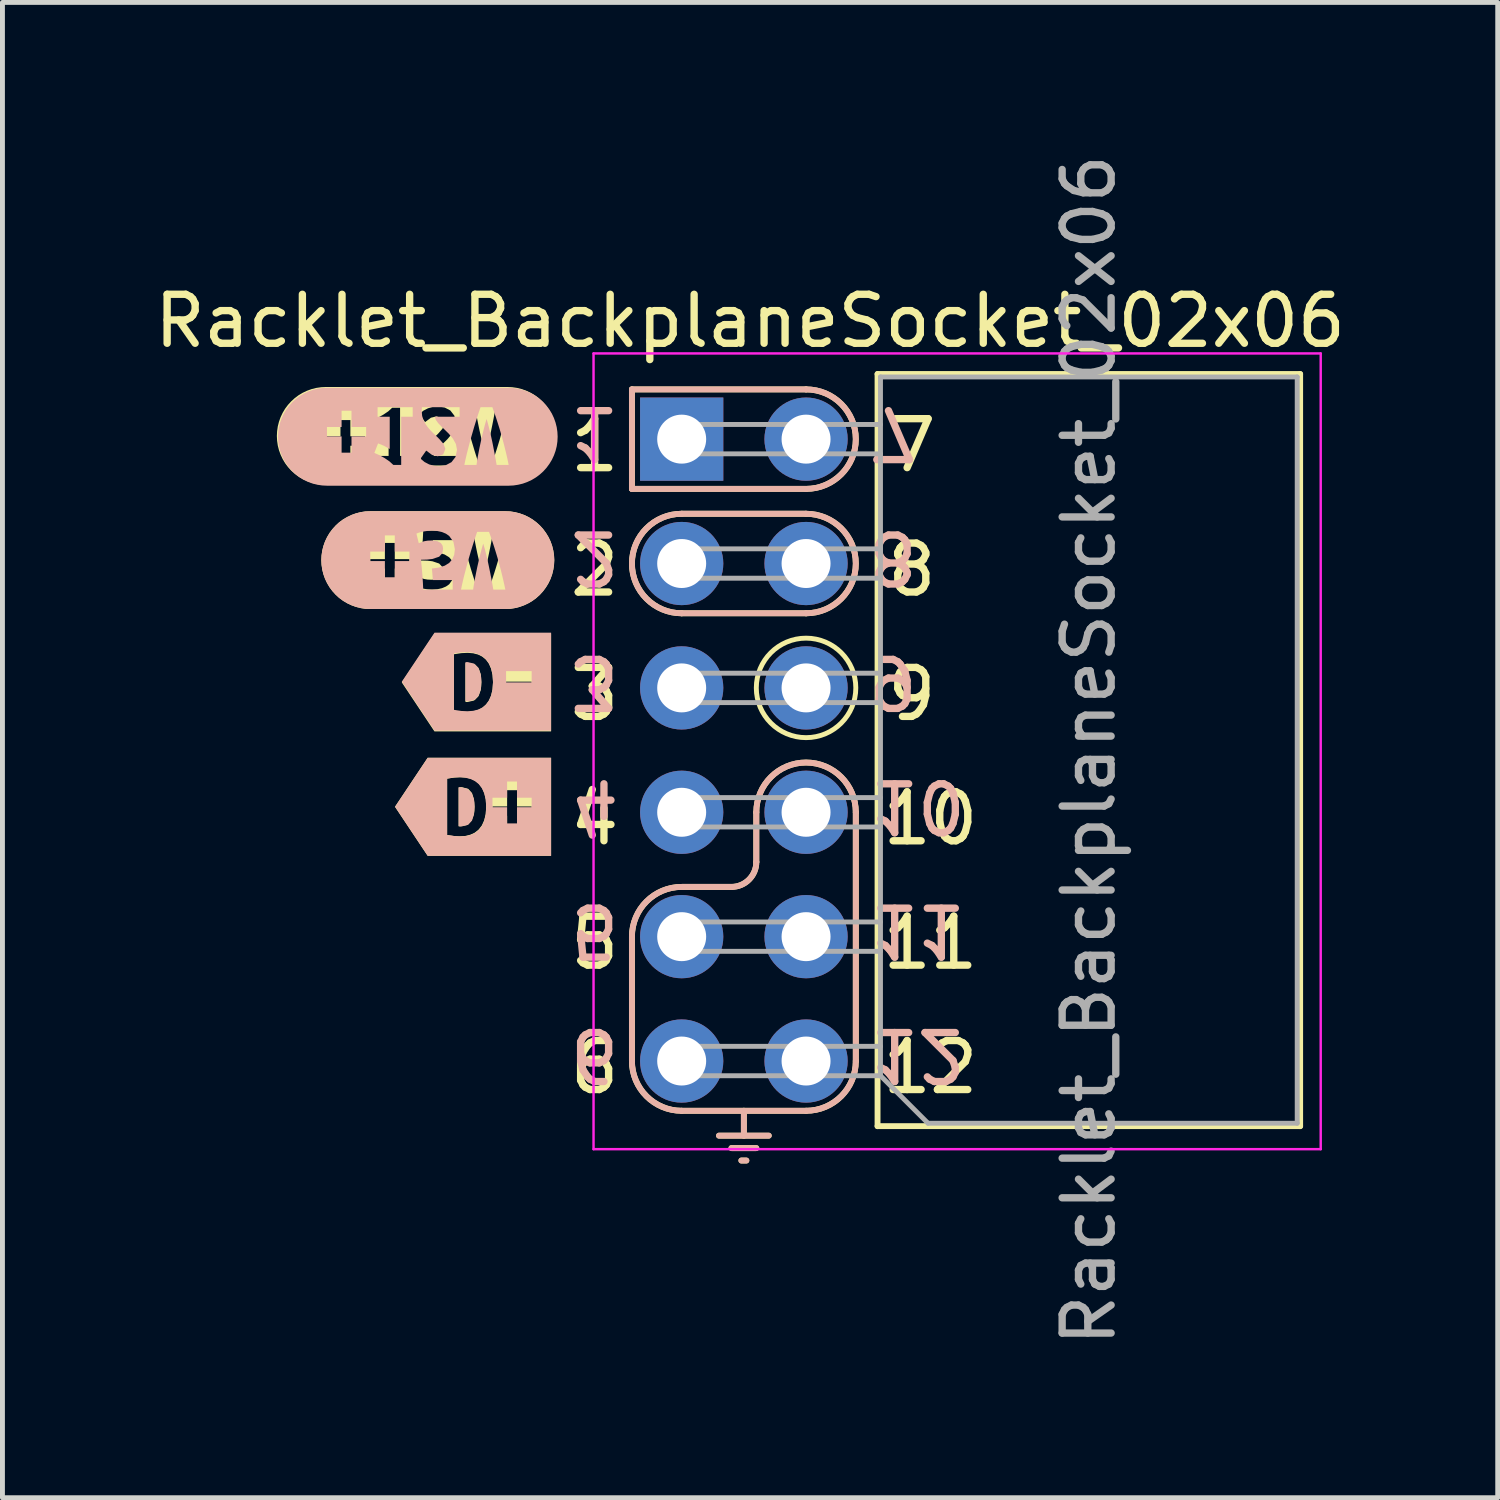
<source format=kicad_pcb>
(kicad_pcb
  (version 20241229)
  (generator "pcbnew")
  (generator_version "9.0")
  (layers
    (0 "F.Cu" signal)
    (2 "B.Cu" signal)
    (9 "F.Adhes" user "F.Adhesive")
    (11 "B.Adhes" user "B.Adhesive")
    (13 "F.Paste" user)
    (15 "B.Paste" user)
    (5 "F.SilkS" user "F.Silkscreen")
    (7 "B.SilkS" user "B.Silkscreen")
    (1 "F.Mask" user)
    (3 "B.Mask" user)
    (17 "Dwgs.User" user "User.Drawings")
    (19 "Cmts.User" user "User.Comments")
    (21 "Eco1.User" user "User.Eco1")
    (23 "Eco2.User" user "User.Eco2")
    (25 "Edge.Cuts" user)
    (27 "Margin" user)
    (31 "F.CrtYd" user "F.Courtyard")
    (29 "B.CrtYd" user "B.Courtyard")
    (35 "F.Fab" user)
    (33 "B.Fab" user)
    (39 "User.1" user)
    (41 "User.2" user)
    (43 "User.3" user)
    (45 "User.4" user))
  (footprint "Racklet_BackplaneSocket_02x06"
    (layer "F.Cu")
    (at 10.871 5.918)
    (property "Reference" "Racklet_BackplaneSocket_02x06" (at 1.397 -2.413 180) (layer "F.SilkS") (effects (font (size 1 1) (thickness 0.15))))
    (attr through_hole)
    (fp_line (start -1.016 -1.016) (end -1.016 1.016) (stroke (width 0.12) (type default)) (layer "F.SilkS"))
    (fp_line (start -1.016 1.016) (end 2.54 1.016) (stroke (width 0.12) (type solid)) (layer "F.SilkS"))
    (fp_line (start -1.016 12.7) (end -1.016 10.16) (stroke (width 0.12) (type default)) (layer "F.SilkS"))
    (fp_line (start 0 1.524) (end 2.54 1.524) (stroke (width 0.12) (type default)) (layer "F.SilkS"))
    (fp_line (start 0.762 14.224) (end 1.778 14.224) (stroke (width 0.12) (type solid)) (layer "F.SilkS"))
    (fp_line (start 1.016 9.144) (end 0 9.144) (stroke (width 0.12) (type default)) (layer "F.SilkS"))
    (fp_line (start 1.016 14.478) (end 1.524 14.478) (stroke (width 0.12) (type solid)) (layer "F.SilkS"))
    (fp_line (start 1.219 14.732) (end 1.321 14.732) (stroke (width 0.12) (type solid)) (layer "F.SilkS"))
    (fp_line (start 1.27 13.716) (end 1.27 14.224) (stroke (width 0.12) (type solid)) (layer "F.SilkS"))
    (fp_line (start 1.524 8.636) (end 1.524 7.62) (stroke (width 0.12) (type default)) (layer "F.SilkS"))
    (fp_line (start 2.54 -1.016) (end -1.016 -1.016) (stroke (width 0.12) (type solid)) (layer "F.SilkS"))
    (fp_line (start 2.54 3.556) (end 0 3.556) (stroke (width 0.12) (type default)) (layer "F.SilkS"))
    (fp_line (start 2.54 13.716) (end 0 13.716) (stroke (width 0.12) (type solid)) (layer "F.SilkS"))
    (fp_line (start 3.556 7.62) (end 3.556 12.7) (stroke (width 0.12) (type default)) (layer "F.SilkS"))
    (fp_line (start 4 14.03) (end 4 -1.33) (stroke (width 0.12) (type solid)) (layer "F.SilkS"))
    (fp_line (start 12.63 -1.33) (end 4 -1.33) (stroke (width 0.12) (type solid)) (layer "F.SilkS"))
    (fp_line (start 12.63 14.03) (end 4 14.03) (stroke (width 0.12) (type solid)) (layer "F.SilkS"))
    (fp_line (start 12.63 14.03) (end 12.63 -1.33) (stroke (width 0.12) (type solid)) (layer "F.SilkS"))
    (fp_arc (start -1.016 10.16) (mid -0.71842 9.44158) (end 0 9.144) (stroke (width 0.12) (type default)) (layer "F.SilkS"))
    (fp_arc (start 0 3.556) (mid -1.016 2.54) (end 0 1.524) (stroke (width 0.12) (type default)) (layer "F.SilkS"))
    (fp_arc (start 0 13.716) (mid -0.71842 13.41842) (end -1.016 12.7) (stroke (width 0.12) (type default)) (layer "F.SilkS"))
    (fp_arc (start 1.524 7.62) (mid 2.54 6.604) (end 3.556 7.62) (stroke (width 0.12) (type default)) (layer "F.SilkS"))
    (fp_arc (start 1.524 8.636) (mid 1.37521 8.99521) (end 1.016 9.144) (stroke (width 0.12) (type default)) (layer "F.SilkS"))
    (fp_arc (start 2.54 -1.016) (mid 3.556 0) (end 2.54 1.016) (stroke (width 0.12) (type solid)) (layer "F.SilkS"))
    (fp_arc (start 2.54 1.524) (mid 3.556 2.54) (end 2.54 3.556) (stroke (width 0.12) (type solid)) (layer "F.SilkS"))
    (fp_arc (start 3.556 12.7) (mid 3.25842 13.41842) (end 2.54 13.716) (stroke (width 0.12) (type default)) (layer "F.SilkS"))
    (fp_circle (center 2.54 5.08) (end 2.54 4.064) (stroke (width 0.1) (type default)) (fill no) (layer "F.SilkS"))
    (fp_poly (pts (xy -4.555 7.906) (xy -4.535 7.908) (xy -4.514 7.908) (xy -4.379 7.878) (xy -4.292 7.794) (xy -4.244 7.667) (xy -4.233 7.59) (xy -4.23 7.506) (xy -4.241 7.358) (xy -4.281 7.23) (xy -4.359 7.142) (xy -4.487 7.108) (xy -4.521 7.109) (xy -4.555 7.114) (xy -4.555 7.906)) (stroke (width 0) (type solid)) (fill yes) (layer "F.SilkS"))
    (fp_poly (pts (xy -4.416 5.366) (xy -4.395 5.368) (xy -4.375 5.368) (xy -4.24 5.338) (xy -4.153 5.254) (xy -4.105 5.127) (xy -4.094 5.05) (xy -4.091 4.966) (xy -4.102 4.818) (xy -4.142 4.69) (xy -4.22 4.602) (xy -4.348 4.568) (xy -4.382 4.569) (xy -4.416 4.574) (xy -4.416 5.366)) (stroke (width 0) (type solid)) (fill yes) (layer "F.SilkS"))
    (fp_poly (pts (xy -4.651 3.967) (xy -5.048 3.967) (xy -5.715 4.968) (xy -5.048 5.969) (xy -4.651 5.969) (xy -4.399 5.969) (xy -4.399 5.572) (xy -4.522 5.565) (xy -4.651 5.544) (xy -4.651 4.393) (xy -4.5 4.37) (xy -4.369 4.364) (xy -4.258 4.373) (xy -4.156 4.399) (xy -4.068 4.443) (xy -3.994 4.506) (xy -3.934 4.59) (xy -3.89 4.693) (xy -3.862 4.818) (xy -3.853 4.966) (xy -3.863 5.118) (xy -3.894 5.245) (xy -3.942 5.35) (xy -4.007 5.433) (xy -4.086 5.496) (xy -4.179 5.539) (xy -4.284 5.564) (xy -4.399 5.572) (xy -4.399 5.969) (xy -3.064 5.969) (xy -3.064 5.184) (xy -3.586 5.184) (xy -3.586 4.953) (xy -3.064 4.953) (xy -3.064 5.184) (xy -3.064 5.969) (xy -2.667 5.969) (xy -2.667 3.967) (xy -3.064 3.967) (xy -4.651 3.967)) (stroke (width 0) (type solid)) (fill yes) (layer "F.SilkS"))
    (fp_poly (pts (xy -4.79 6.507) (xy -5.187 6.507) (xy -5.854 7.508) (xy -5.187 8.509) (xy -4.79 8.509) (xy -4.538 8.509) (xy -4.538 8.112) (xy -4.661 8.105) (xy -4.79 8.084) (xy -4.79 6.933) (xy -4.639 6.91) (xy -4.508 6.904) (xy -4.397 6.913) (xy -4.295 6.939) (xy -4.207 6.983) (xy -4.133 7.046) (xy -4.073 7.13) (xy -4.029 7.233) (xy -4.001 7.358) (xy -3.992 7.506) (xy -4.002 7.658) (xy -4.033 7.785) (xy -4.081 7.89) (xy -4.146 7.973) (xy -4.225 8.036) (xy -4.318 8.079) (xy -4.423 8.104) (xy -4.538 8.112) (xy -4.538 8.509) (xy -3.363 8.509) (xy -3.363 8.024) (xy -3.565 8.024) (xy -3.565 7.693) (xy -3.864 7.693) (xy -3.864 7.501) (xy -3.565 7.501) (xy -3.565 7.169) (xy -3.363 7.169) (xy -3.363 7.501) (xy -3.064 7.501) (xy -3.064 7.693) (xy -3.363 7.693) (xy -3.363 8.024) (xy -3.363 8.509) (xy -3.064 8.509) (xy -2.667 8.509) (xy -2.667 6.507) (xy -3.064 6.507) (xy -4.79 6.507)) (stroke (width 0) (type solid)) (fill yes) (layer "F.SilkS"))
    (fp_poly (pts (xy -6.36 1.472) (xy -6.36 1.472) (xy -6.458 1.476) (xy -6.555 1.491) (xy -6.65 1.515) (xy -6.742 1.548) (xy -6.831 1.59) (xy -6.915 1.64) (xy -6.994 1.698) (xy -7.066 1.764) (xy -7.132 1.837) (xy -7.191 1.916) (xy -7.241 2) (xy -7.283 2.088) (xy -7.316 2.181) (xy -7.34 2.276) (xy -7.354 2.373) (xy -7.359 2.47) (xy -7.354 2.568) (xy -7.34 2.665) (xy -7.316 2.76) (xy -7.283 2.853) (xy -7.241 2.941) (xy -7.191 3.025) (xy -7.132 3.104) (xy -7.066 3.177) (xy -6.994 3.243) (xy -6.915 3.301) (xy -6.831 3.351) (xy -6.742 3.393) (xy -6.65 3.426) (xy -6.555 3.45) (xy -6.458 3.465) (xy -6.36 3.469) (xy -6.36 3.469) (xy -5.859 3.469) (xy -5.859 2.975) (xy -6.061 2.975) (xy -6.061 2.644) (xy -6.36 2.644) (xy -6.36 2.451) (xy -6.061 2.451) (xy -6.061 2.12) (xy -5.859 2.12) (xy -5.859 2.451) (xy -5.56 2.451) (xy -5.56 2.644) (xy -5.859 2.644) (xy -5.859 2.975) (xy -5.859 3.469) (xy -5.099 3.469) (xy -5.099 3.072) (xy -5.192 3.067) (xy -5.284 3.052) (xy -5.363 3.032) (xy -5.417 3.011) (xy -5.369 2.817) (xy -5.263 2.855) (xy -5.19 2.868) (xy -5.101 2.872) (xy -4.987 2.857) (xy -4.917 2.818) (xy -4.882 2.764) (xy -4.872 2.701) (xy -4.888 2.61) (xy -4.953 2.54) (xy -5.091 2.494) (xy -5.194 2.482) (xy -5.325 2.478) (xy -5.308 2.32) (xy -5.295 2.165) (xy -5.285 2.014) (xy -5.278 1.868) (xy -4.676 1.868) (xy -4.676 2.063) (xy -5.082 2.063) (xy -5.091 2.19) (xy -5.101 2.299) (xy -4.956 2.318) (xy -4.839 2.357) (xy -4.748 2.413) (xy -4.684 2.488) (xy -4.645 2.581) (xy -4.632 2.691) (xy -4.661 2.843) (xy -4.748 2.964) (xy -4.814 3.01) (xy -4.895 3.044) (xy -4.99 3.065) (xy -5.099 3.072) (xy -5.099 3.469) (xy -4.177 3.469) (xy -4.177 3.048) (xy -4.224 2.908) (xy -4.274 2.751) (xy -4.308 2.64) (xy -4.34 2.53) (xy -4.371 2.42) (xy -4.4 2.312) (xy -4.428 2.208) (xy -4.453 2.109) (xy -4.484 1.975) (xy -4.506 1.868) (xy -4.259 1.868) (xy -4.244 1.967) (xy -4.224 2.081) (xy -4.2 2.204) (xy -4.174 2.33) (xy -4.145 2.458) (xy -4.115 2.584) (xy -4.084 2.702) (xy -4.053 2.808) (xy -4.022 2.704) (xy -3.992 2.586) (xy -3.962 2.46) (xy -3.935 2.332) (xy -3.909 2.205) (xy -3.885 2.082) (xy -3.864 1.968) (xy -3.847 1.868) (xy -3.601 1.868) (xy -3.627 1.989) (xy -3.658 2.124) (xy -3.693 2.268) (xy -3.734 2.42) (xy -3.763 2.524) (xy -3.795 2.63) (xy -3.828 2.736) (xy -3.863 2.842) (xy -3.898 2.946) (xy -3.935 3.048) (xy -4.177 3.048) (xy -4.177 3.469) (xy -3.601 3.469) (xy -3.601 3.469) (xy -3.503 3.465) (xy -3.406 3.45) (xy -3.311 3.426) (xy -3.219 3.393) (xy -3.13 3.351) (xy -3.046 3.301) (xy -2.968 3.243) (xy -2.895 3.177) (xy -2.829 3.104) (xy -2.771 3.025) (xy -2.72 2.941) (xy -2.678 2.853) (xy -2.645 2.76) (xy -2.622 2.665) (xy -2.607 2.568) (xy -2.602 2.47) (xy -2.607 2.373) (xy -2.622 2.276) (xy -2.645 2.181) (xy -2.678 2.088) (xy -2.72 2) (xy -2.771 1.916) (xy -2.829 1.837) (xy -2.895 1.764) (xy -2.968 1.698) (xy -3.046 1.64) (xy -3.13 1.59) (xy -3.219 1.548) (xy -3.311 1.515) (xy -3.406 1.491) (xy -3.503 1.476) (xy -3.601 1.472) (xy -3.601 1.472) (xy -6.36 1.472)) (stroke (width 0) (type solid)) (fill yes) (layer "F.SilkS"))
    (fp_poly (pts (xy -7.267 -1.065) (xy -7.267 -1.065) (xy -7.365 -1.06) (xy -7.462 -1.046) (xy -7.558 -1.022) (xy -7.65 -0.989) (xy -7.739 -0.947) (xy -7.823 -0.897) (xy -7.902 -0.838) (xy -7.974 -0.772) (xy -8.04 -0.7) (xy -8.099 -0.621) (xy -8.149 -0.537) (xy -8.191 -0.448) (xy -8.224 -0.356) (xy -8.248 -0.26) (xy -8.262 -0.163) (xy -8.267 -0.065) (xy -8.262 0.033) (xy -8.248 0.13) (xy -8.224 0.225) (xy -8.191 0.317) (xy -8.149 0.406) (xy -8.099 0.49) (xy -8.04 0.569) (xy -7.974 0.642) (xy -7.902 0.707) (xy -7.823 0.766) (xy -7.739 0.816) (xy -7.65 0.858) (xy -7.558 0.891) (xy -7.462 0.915) (xy -7.365 0.93) (xy -7.267 0.934) (xy -7.267 0.934) (xy -6.766 0.934) (xy -6.766 0.465) (xy -6.968 0.465) (xy -6.968 0.134) (xy -7.267 0.134) (xy -7.267 -0.059) (xy -6.968 -0.059) (xy -6.968 -0.39) (xy -6.766 -0.39) (xy -6.766 -0.059) (xy -6.467 -0.059) (xy -6.467 0.134) (xy -6.766 0.134) (xy -6.766 0.465) (xy -6.766 0.934) (xy -5.517 0.934) (xy -5.517 0.538) (xy -6.233 0.538) (xy -6.233 0.343) (xy -5.985 0.343) (xy -5.985 -0.316) (xy -6.107 -0.248) (xy -6.223 -0.202) (xy -6.3 -0.396) (xy -6.2 -0.44) (xy -6.094 -0.499) (xy -5.993 -0.567) (xy -5.911 -0.642) (xy -5.751 -0.642) (xy -5.751 0.343) (xy -5.517 0.343) (xy -5.517 0.538) (xy -5.517 0.934) (xy -4.558 0.934) (xy -4.558 0.538) (xy -5.328 0.538) (xy -5.333 0.49) (xy -5.332 0.45) (xy -5.323 0.358) (xy -5.297 0.275) (xy -5.257 0.198) (xy -5.207 0.127) (xy -5.151 0.062) (xy -5.091 0.001) (xy -5.031 -0.056) (xy -4.975 -0.11) (xy -4.885 -0.213) (xy -4.85 -0.314) (xy -4.894 -0.425) (xy -5.004 -0.465) (xy -5.12 -0.438) (xy -5.24 -0.348) (xy -5.357 -0.512) (xy -5.274 -0.582) (xy -5.18 -0.63) (xy -5.081 -0.659) (xy -4.981 -0.668) (xy -4.842 -0.647) (xy -4.724 -0.585) (xy -4.642 -0.479) (xy -4.612 -0.331) (xy -4.635 -0.214) (xy -4.696 -0.104) (xy -4.781 -0.002) (xy -4.878 0.094) (xy -4.936 0.148) (xy -4.996 0.213) (xy -5.045 0.28) (xy -5.065 0.343) (xy -4.558 0.343) (xy -4.558 0.538) (xy -4.558 0.934) (xy -4.132 0.934) (xy -4.132 0.538) (xy -4.179 0.398) (xy -4.229 0.24) (xy -4.262 0.13) (xy -4.295 0.02) (xy -4.326 -0.09) (xy -4.355 -0.198) (xy -4.383 -0.302) (xy -4.408 -0.402) (xy -4.439 -0.535) (xy -4.461 -0.642) (xy -4.214 -0.642) (xy -4.199 -0.543) (xy -4.179 -0.429) (xy -4.155 -0.306) (xy -4.129 -0.18) (xy -4.1 -0.052) (xy -4.07 0.074) (xy -4.039 0.192) (xy -4.008 0.297) (xy -3.977 0.193) (xy -3.947 0.076) (xy -3.917 -0.05) (xy -3.89 -0.178) (xy -3.864 -0.305) (xy -3.84 -0.428) (xy -3.819 -0.543) (xy -3.802 -0.642) (xy -3.556 -0.642) (xy -3.582 -0.521) (xy -3.613 -0.386) (xy -3.648 -0.242) (xy -3.689 -0.09) (xy -3.718 0.014) (xy -3.75 0.119) (xy -3.783 0.226) (xy -3.818 0.332) (xy -3.853 0.436) (xy -3.89 0.538) (xy -4.132 0.538) (xy -4.132 0.934) (xy -3.556 0.934) (xy -3.556 0.934) (xy -3.458 0.93) (xy -3.361 0.915) (xy -3.266 0.891) (xy -3.174 0.858) (xy -3.085 0.816) (xy -3.001 0.766) (xy -2.922 0.707) (xy -2.849 0.642) (xy -2.783 0.569) (xy -2.725 0.49) (xy -2.674 0.406) (xy -2.632 0.317) (xy -2.599 0.225) (xy -2.576 0.13) (xy -2.561 0.033) (xy -2.556 -0.065) (xy -2.561 -0.163) (xy -2.576 -0.26) (xy -2.599 -0.356) (xy -2.632 -0.448) (xy -2.674 -0.537) (xy -2.725 -0.621) (xy -2.783 -0.7) (xy -2.849 -0.772) (xy -2.922 -0.838) (xy -3.001 -0.897) (xy -3.085 -0.947) (xy -3.174 -0.989) (xy -3.266 -1.022) (xy -3.361 -1.046) (xy -3.458 -1.06) (xy -3.556 -1.065) (xy -3.556 -1.065) (xy -7.267 -1.065)) (stroke (width 0) (type solid)) (fill yes) (layer "F.SilkS"))
    (fp_line (start -1.016 -1.016) (end 2.54 -1.016) (stroke (width 0.12) (type solid)) (layer "B.SilkS"))
    (fp_line (start -1.016 1.016) (end -1.016 -1.016) (stroke (width 0.12) (type default)) (layer "B.SilkS"))
    (fp_line (start -1.016 12.7) (end -1.016 10.16) (stroke (width 0.12) (type default)) (layer "B.SilkS"))
    (fp_line (start 0 3.556) (end 2.54 3.556) (stroke (width 0.12) (type default)) (layer "B.SilkS"))
    (fp_line (start 1.016 9.144) (end 0 9.144) (stroke (width 0.12) (type default)) (layer "B.SilkS"))
    (fp_line (start 1.27 13.716) (end 1.27 14.224) (stroke (width 0.12) (type solid)) (layer "B.SilkS"))
    (fp_line (start 1.321 14.732) (end 1.219 14.732) (stroke (width 0.12) (type solid)) (layer "B.SilkS"))
    (fp_line (start 1.524 8.636) (end 1.524 7.62) (stroke (width 0.12) (type default)) (layer "B.SilkS"))
    (fp_line (start 1.524 14.478) (end 1.016 14.478) (stroke (width 0.12) (type solid)) (layer "B.SilkS"))
    (fp_line (start 1.778 14.224) (end 0.762 14.224) (stroke (width 0.12) (type solid)) (layer "B.SilkS"))
    (fp_line (start 2.54 1.016) (end -1.016 1.016) (stroke (width 0.12) (type solid)) (layer "B.SilkS"))
    (fp_line (start 2.54 1.524) (end 0 1.524) (stroke (width 0.12) (type default)) (layer "B.SilkS"))
    (fp_line (start 2.54 13.716) (end 0 13.716) (stroke (width 0.12) (type solid)) (layer "B.SilkS"))
    (fp_line (start 3.556 7.62) (end 3.556 12.7) (stroke (width 0.12) (type default)) (layer "B.SilkS"))
    (fp_arc (start -1.016 10.16) (mid -0.71842 9.44158) (end 0 9.144) (stroke (width 0.12) (type default)) (layer "B.SilkS"))
    (fp_arc (start 0 3.556) (mid -1.016 2.54) (end 0 1.524) (stroke (width 0.12) (type solid)) (layer "B.SilkS"))
    (fp_arc (start 0 13.716) (mid -0.71842 13.41842) (end -1.016 12.7) (stroke (width 0.12) (type default)) (layer "B.SilkS"))
    (fp_arc (start 1.524 7.62) (mid 2.54 6.604) (end 3.556 7.62) (stroke (width 0.12) (type default)) (layer "B.SilkS"))
    (fp_arc (start 1.524 8.636) (mid 1.37521 8.99521) (end 1.016 9.144) (stroke (width 0.12) (type default)) (layer "B.SilkS"))
    (fp_arc (start 2.54 -1.016) (mid 3.556 0) (end 2.54 1.016) (stroke (width 0.12) (type solid)) (layer "B.SilkS"))
    (fp_arc (start 2.54 1.524) (mid 3.556 2.54) (end 2.54 3.556) (stroke (width 0.12) (type default)) (layer "B.SilkS"))
    (fp_arc (start 3.556 12.7) (mid 3.25842 13.41842) (end 2.54 13.716) (stroke (width 0.12) (type default)) (layer "B.SilkS"))
    (fp_poly (pts (xy -4.555 7.11) (xy -4.535 7.108) (xy -4.514 7.108) (xy -4.379 7.139) (xy -4.292 7.222) (xy -4.244 7.349) (xy -4.233 7.426) (xy -4.23 7.51) (xy -4.241 7.659) (xy -4.281 7.786) (xy -4.359 7.875) (xy -4.487 7.908) (xy -4.521 7.907) (xy -4.555 7.903) (xy -4.555 7.11)) (stroke (width 0) (type solid)) (fill yes) (layer "B.SilkS"))
    (fp_poly (pts (xy -4.416 4.555) (xy -4.395 4.553) (xy -4.374 4.553) (xy -4.24 4.583) (xy -4.152 4.667) (xy -4.105 4.794) (xy -4.094 4.871) (xy -4.09 4.955) (xy -4.102 5.103) (xy -4.142 5.231) (xy -4.22 5.32) (xy -4.348 5.353) (xy -4.382 5.352) (xy -4.416 5.347) (xy -4.416 4.555)) (stroke (width 0) (type solid)) (fill yes) (layer "B.SilkS"))
    (fp_poly (pts (xy -4.651 5.954) (xy -5.047 5.954) (xy -5.715 4.953) (xy -5.047 3.952) (xy -4.651 3.952) (xy -4.399 3.952) (xy -4.399 4.349) (xy -4.522 4.356) (xy -4.651 4.378) (xy -4.651 5.528) (xy -4.5 5.551) (xy -4.369 5.557) (xy -4.257 5.548) (xy -4.156 5.523) (xy -4.067 5.479) (xy -3.993 5.415) (xy -3.934 5.332) (xy -3.889 5.228) (xy -3.862 5.103) (xy -3.852 4.955) (xy -3.863 4.803) (xy -3.893 4.676) (xy -3.942 4.571) (xy -4.007 4.488) (xy -4.086 4.426) (xy -4.179 4.382) (xy -4.284 4.357) (xy -4.399 4.349) (xy -4.399 3.952) (xy -3.064 3.952) (xy -3.064 4.738) (xy -3.586 4.738) (xy -3.586 4.968) (xy -3.064 4.968) (xy -3.064 4.738) (xy -3.064 3.952) (xy -2.667 3.952) (xy -2.667 5.954) (xy -3.064 5.954) (xy -4.651 5.954)) (stroke (width 0) (type solid)) (fill yes) (layer "B.SilkS"))
    (fp_poly (pts (xy -4.79 8.509) (xy -5.187 8.509) (xy -5.854 7.508) (xy -5.187 6.507) (xy -4.79 6.507) (xy -4.538 6.507) (xy -4.538 6.904) (xy -4.661 6.911) (xy -4.79 6.933) (xy -4.79 8.084) (xy -4.639 8.106) (xy -4.508 8.112) (xy -4.397 8.104) (xy -4.295 8.078) (xy -4.207 8.034) (xy -4.133 7.97) (xy -4.073 7.887) (xy -4.029 7.784) (xy -4.001 7.658) (xy -3.992 7.51) (xy -4.002 7.358) (xy -4.033 7.231) (xy -4.081 7.127) (xy -4.146 7.043) (xy -4.225 6.981) (xy -4.318 6.938) (xy -4.423 6.913) (xy -4.538 6.904) (xy -4.538 6.507) (xy -3.363 6.507) (xy -3.363 6.992) (xy -3.565 6.992) (xy -3.565 7.323) (xy -3.864 7.323) (xy -3.864 7.516) (xy -3.565 7.516) (xy -3.565 7.847) (xy -3.363 7.847) (xy -3.363 7.516) (xy -3.064 7.516) (xy -3.064 7.323) (xy -3.363 7.323) (xy -3.363 6.992) (xy -3.363 6.507) (xy -3.064 6.507) (xy -2.667 6.507) (xy -2.667 8.509) (xy -3.064 8.509) (xy -4.79 8.509)) (stroke (width 0) (type solid)) (fill yes) (layer "B.SilkS"))
    (fp_poly (pts (xy -6.36 3.469) (xy -6.36 3.469) (xy -6.458 3.465) (xy -6.555 3.45) (xy -6.65 3.426) (xy -6.742 3.393) (xy -6.831 3.351) (xy -6.915 3.301) (xy -6.994 3.243) (xy -7.066 3.177) (xy -7.132 3.104) (xy -7.191 3.025) (xy -7.241 2.941) (xy -7.283 2.853) (xy -7.316 2.76) (xy -7.34 2.665) (xy -7.354 2.568) (xy -7.359 2.47) (xy -7.354 2.373) (xy -7.34 2.276) (xy -7.316 2.181) (xy -7.283 2.088) (xy -7.241 2) (xy -7.191 1.916) (xy -7.132 1.837) (xy -7.066 1.764) (xy -6.994 1.698) (xy -6.915 1.64) (xy -6.831 1.59) (xy -6.742 1.548) (xy -6.65 1.515) (xy -6.555 1.491) (xy -6.458 1.476) (xy -6.36 1.472) (xy -6.36 1.472) (xy -5.859 1.472) (xy -5.859 1.966) (xy -6.061 1.966) (xy -6.061 2.297) (xy -6.36 2.297) (xy -6.36 2.49) (xy -6.061 2.49) (xy -6.061 2.821) (xy -5.859 2.821) (xy -5.859 2.49) (xy -5.56 2.49) (xy -5.56 2.297) (xy -5.859 2.297) (xy -5.859 1.966) (xy -5.859 1.472) (xy -5.099 1.472) (xy -5.099 1.868) (xy -5.192 1.874) (xy -5.284 1.888) (xy -5.363 1.908) (xy -5.417 1.929) (xy -5.369 2.124) (xy -5.263 2.086) (xy -5.19 2.073) (xy -5.101 2.069) (xy -4.987 2.084) (xy -4.917 2.123) (xy -4.882 2.177) (xy -4.872 2.24) (xy -4.888 2.33) (xy -4.953 2.401) (xy -5.091 2.447) (xy -5.194 2.459) (xy -5.325 2.463) (xy -5.308 2.621) (xy -5.295 2.776) (xy -5.285 2.927) (xy -5.278 3.072) (xy -4.676 3.072) (xy -4.676 2.878) (xy -5.082 2.878) (xy -5.091 2.751) (xy -5.101 2.642) (xy -4.956 2.622) (xy -4.839 2.584) (xy -4.748 2.528) (xy -4.684 2.453) (xy -4.645 2.36) (xy -4.632 2.249) (xy -4.661 2.098) (xy -4.748 1.977) (xy -4.814 1.931) (xy -4.895 1.897) (xy -4.99 1.876) (xy -5.099 1.868) (xy -5.099 1.472) (xy -4.177 1.472) (xy -4.177 1.893) (xy -4.224 2.033) (xy -4.274 2.19) (xy -4.308 2.301) (xy -4.34 2.411) (xy -4.371 2.521) (xy -4.4 2.629) (xy -4.428 2.733) (xy -4.453 2.832) (xy -4.484 2.966) (xy -4.506 3.072) (xy -4.259 3.072) (xy -4.244 2.974) (xy -4.224 2.86) (xy -4.2 2.737) (xy -4.174 2.61) (xy -4.145 2.483) (xy -4.115 2.357) (xy -4.084 2.239) (xy -4.053 2.133) (xy -4.022 2.237) (xy -3.992 2.355) (xy -3.962 2.481) (xy -3.935 2.609) (xy -3.909 2.736) (xy -3.885 2.859) (xy -3.864 2.973) (xy -3.847 3.072) (xy -3.601 3.072) (xy -3.627 2.951) (xy -3.658 2.817) (xy -3.693 2.673) (xy -3.734 2.521) (xy -3.763 2.417) (xy -3.795 2.311) (xy -3.828 2.205) (xy -3.863 2.099) (xy -3.898 1.995) (xy -3.935 1.893) (xy -4.177 1.893) (xy -4.177 1.472) (xy -3.601 1.472) (xy -3.601 1.472) (xy -3.503 1.476) (xy -3.406 1.491) (xy -3.311 1.515) (xy -3.219 1.548) (xy -3.13 1.59) (xy -3.046 1.64) (xy -2.968 1.698) (xy -2.895 1.764) (xy -2.829 1.837) (xy -2.771 1.916) (xy -2.72 2) (xy -2.678 2.088) (xy -2.645 2.181) (xy -2.622 2.276) (xy -2.607 2.373) (xy -2.602 2.47) (xy -2.607 2.568) (xy -2.622 2.665) (xy -2.645 2.76) (xy -2.678 2.853) (xy -2.72 2.941) (xy -2.771 3.025) (xy -2.829 3.104) (xy -2.895 3.177) (xy -2.968 3.243) (xy -3.046 3.301) (xy -3.13 3.351) (xy -3.219 3.393) (xy -3.311 3.426) (xy -3.406 3.45) (xy -3.503 3.465) (xy -3.601 3.469) (xy -3.601 3.469) (xy -6.36 3.469)) (stroke (width 0) (type solid)) (fill yes) (layer "B.SilkS"))
    (fp_poly (pts (xy -7.244 0.951) (xy -7.244 0.951) (xy -7.342 0.946) (xy -7.439 0.931) (xy -7.534 0.908) (xy -7.627 0.874) (xy -7.715 0.833) (xy -7.8 0.782) (xy -7.878 0.724) (xy -7.951 0.658) (xy -8.017 0.585) (xy -8.075 0.506) (xy -8.126 0.422) (xy -8.168 0.333) (xy -8.201 0.241) (xy -8.225 0.146) (xy -8.239 0.049) (xy -8.244 -0.049) (xy -8.239 -0.147) (xy -8.225 -0.244) (xy -8.201 -0.339) (xy -8.168 -0.432) (xy -8.126 -0.521) (xy -8.075 -0.605) (xy -8.017 -0.683) (xy -7.951 -0.756) (xy -7.878 -0.822) (xy -7.8 -0.881) (xy -7.715 -0.931) (xy -7.627 -0.973) (xy -7.534 -1.006) (xy -7.439 -1.03) (xy -7.342 -1.044) (xy -7.244 -1.049) (xy -7.244 -1.049) (xy -6.743 -1.049) (xy -6.743 -0.58) (xy -6.945 -0.58) (xy -6.945 -0.248) (xy -7.244 -0.248) (xy -7.244 -0.056) (xy -6.945 -0.056) (xy -6.945 0.276) (xy -6.743 0.276) (xy -6.743 -0.056) (xy -6.444 -0.056) (xy -6.444 -0.248) (xy -6.743 -0.248) (xy -6.743 -0.58) (xy -6.743 -1.049) (xy -5.493 -1.049) (xy -5.493 -0.652) (xy -6.21 -0.652) (xy -6.21 -0.458) (xy -5.962 -0.458) (xy -5.962 0.201) (xy -6.084 0.134) (xy -6.2 0.087) (xy -6.276 0.281) (xy -6.177 0.325) (xy -6.07 0.384) (xy -5.969 0.453) (xy -5.888 0.527) (xy -5.728 0.527) (xy -5.728 -0.458) (xy -5.493 -0.458) (xy -5.493 -0.652) (xy -5.493 -1.049) (xy -4.535 -1.049) (xy -4.535 -0.652) (xy -5.305 -0.652) (xy -5.309 -0.605) (xy -5.308 -0.565) (xy -5.3 -0.473) (xy -5.273 -0.389) (xy -5.233 -0.312) (xy -5.184 -0.242) (xy -5.127 -0.176) (xy -5.067 -0.116) (xy -5.007 -0.059) (xy -4.951 -0.004) (xy -4.862 0.098) (xy -4.826 0.199) (xy -4.87 0.311) (xy -4.981 0.35) (xy -5.097 0.323) (xy -5.217 0.234) (xy -5.333 0.398) (xy -5.251 0.467) (xy -5.157 0.516) (xy -5.057 0.544) (xy -4.958 0.554) (xy -4.819 0.533) (xy -4.701 0.47) (xy -4.619 0.364) (xy -4.588 0.217) (xy -4.611 0.099) (xy -4.672 -0.01) (xy -4.758 -0.113) (xy -4.855 -0.208) (xy -4.912 -0.263) (xy -4.973 -0.327) (xy -5.022 -0.395) (xy -5.042 -0.458) (xy -4.535 -0.458) (xy -4.535 -0.652) (xy -4.535 -1.049) (xy -4.108 -1.049) (xy -4.108 -0.652) (xy -4.155 -0.512) (xy -4.205 -0.355) (xy -4.239 -0.245) (xy -4.271 -0.134) (xy -4.303 -0.024) (xy -4.332 0.083) (xy -4.359 0.187) (xy -4.385 0.287) (xy -4.416 0.42) (xy -4.438 0.527) (xy -4.19 0.527) (xy -4.176 0.428) (xy -4.156 0.315) (xy -4.132 0.192) (xy -4.105 0.065) (xy -4.077 -0.063) (xy -4.046 -0.188) (xy -4.015 -0.307) (xy -3.984 -0.412) (xy -3.954 -0.308) (xy -3.924 -0.19) (xy -3.894 -0.064) (xy -3.866 0.063) (xy -3.841 0.19) (xy -3.817 0.314) (xy -3.796 0.428) (xy -3.779 0.527) (xy -3.533 0.527) (xy -3.558 0.406) (xy -3.589 0.272) (xy -3.625 0.127) (xy -3.665 -0.024) (xy -3.695 -0.129) (xy -3.726 -0.234) (xy -3.76 -0.341) (xy -3.794 -0.447) (xy -3.83 -0.551) (xy -3.866 -0.652) (xy -4.108 -0.652) (xy -4.108 -1.049) (xy -3.533 -1.049) (xy -3.533 -1.049) (xy -3.435 -1.044) (xy -3.338 -1.03) (xy -3.243 -1.006) (xy -3.15 -0.973) (xy -3.062 -0.931) (xy -2.977 -0.881) (xy -2.899 -0.822) (xy -2.826 -0.756) (xy -2.76 -0.683) (xy -2.702 -0.605) (xy -2.651 -0.521) (xy -2.609 -0.432) (xy -2.576 -0.339) (xy -2.552 -0.244) (xy -2.538 -0.147) (xy -2.533 -0.049) (xy -2.538 0.049) (xy -2.552 0.146) (xy -2.576 0.241) (xy -2.609 0.333) (xy -2.651 0.422) (xy -2.702 0.506) (xy -2.76 0.585) (xy -2.826 0.658) (xy -2.899 0.724) (xy -2.977 0.782) (xy -3.062 0.833) (xy -3.15 0.874) (xy -3.243 0.908) (xy -3.338 0.931) (xy -3.435 0.946) (xy -3.533 0.951) (xy -3.533 0.951) (xy -7.244 0.951)) (stroke (width 0) (type solid)) (fill yes) (layer "B.SilkS"))
    (fp_line (start -1.8 -1.75) (end -1.8 14.5) (stroke (width 0.05) (type solid)) (layer "F.CrtYd"))
    (fp_line (start -1.8 14.5) (end 13.05 14.5) (stroke (width 0.05) (type solid)) (layer "F.CrtYd"))
    (fp_line (start 13.05 -1.75) (end -1.8 -1.75) (stroke (width 0.05) (type solid)) (layer "F.CrtYd"))
    (fp_line (start 13.05 14.5) (end 13.05 -1.75) (stroke (width 0.05) (type solid)) (layer "F.CrtYd"))
    (fp_line (start 0 -0.3) (end 0 0.3) (stroke (width 0.1) (type solid)) (layer "F.Fab"))
    (fp_line (start 0 0.3) (end 4.06 0.3) (stroke (width 0.1) (type solid)) (layer "F.Fab"))
    (fp_line (start 0 2.24) (end 0 2.84) (stroke (width 0.1) (type solid)) (layer "F.Fab"))
    (fp_line (start 0 2.84) (end 4.06 2.84) (stroke (width 0.1) (type solid)) (layer "F.Fab"))
    (fp_line (start 0 4.78) (end 0 5.38) (stroke (width 0.1) (type solid)) (layer "F.Fab"))
    (fp_line (start 0 5.38) (end 4.06 5.38) (stroke (width 0.1) (type solid)) (layer "F.Fab"))
    (fp_line (start 0 7.32) (end 0 7.92) (stroke (width 0.1) (type solid)) (layer "F.Fab"))
    (fp_line (start 0 7.92) (end 4.06 7.92) (stroke (width 0.1) (type solid)) (layer "F.Fab"))
    (fp_line (start 0 9.86) (end 0 10.46) (stroke (width 0.1) (type solid)) (layer "F.Fab"))
    (fp_line (start 0 10.46) (end 4.06 10.46) (stroke (width 0.1) (type solid)) (layer "F.Fab"))
    (fp_line (start 0 12.4) (end 0 13) (stroke (width 0.1) (type solid)) (layer "F.Fab"))
    (fp_line (start 0 13) (end 4.06 13) (stroke (width 0.1) (type solid)) (layer "F.Fab"))
    (fp_line (start 4.06 -1.27) (end 12.57 -1.27) (stroke (width 0.1) (type solid)) (layer "F.Fab"))
    (fp_line (start 4.06 -0.3) (end 0 -0.3) (stroke (width 0.1) (type solid)) (layer "F.Fab"))
    (fp_line (start 4.06 2.24) (end 0 2.24) (stroke (width 0.1) (type solid)) (layer "F.Fab"))
    (fp_line (start 4.06 4.78) (end 0 4.78) (stroke (width 0.1) (type solid)) (layer "F.Fab"))
    (fp_line (start 4.06 7.32) (end 0 7.32) (stroke (width 0.1) (type solid)) (layer "F.Fab"))
    (fp_line (start 4.06 9.86) (end 0 9.86) (stroke (width 0.1) (type solid)) (layer "F.Fab"))
    (fp_line (start 4.06 12.4) (end 0 12.4) (stroke (width 0.1) (type solid)) (layer "F.Fab"))
    (fp_line (start 4.06 13) (end 4.06 -1.27) (stroke (width 0.1) (type solid)) (layer "F.Fab"))
    (fp_line (start 5.03 13.97) (end 4.06 13) (stroke (width 0.1) (type solid)) (layer "F.Fab"))
    (fp_line (start 12.57 -1.27) (end 12.57 13.97) (stroke (width 0.1) (type solid)) (layer "F.Fab"))
    (fp_line (start 12.57 13.97) (end 5.03 13.97) (stroke (width 0.1) (type solid)) (layer "F.Fab"))
    (fp_text user "12" (at 5.08 12.827 0) (unlocked yes) (layer "F.SilkS") (effects (font (size 1 1) (thickness 0.15))))
    (fp_text user "9" (at 4.699 5.207 0) (unlocked yes) (layer "F.SilkS") (effects (font (size 1 1) (thickness 0.15))))
    (fp_text user "3" (at -1.778 5.207 0) (unlocked yes) (layer "F.SilkS") (effects (font (size 1 1) (thickness 0.15))))
    (fp_text user "5" (at -1.778 10.287 0) (unlocked yes) (layer "F.SilkS") (effects (font (size 1 1) (thickness 0.15))))
    (fp_text user "1" (at -1.778 0.127 0) (unlocked yes) (layer "F.SilkS") (effects (font (size 1 1) (thickness 0.15))))
    (fp_text user "11" (at 5.08 10.287 0) (unlocked yes) (layer "F.SilkS") (effects (font (size 1 1) (thickness 0.15))))
    (fp_text user "10" (at 5.08 7.747 0) (unlocked yes) (layer "F.SilkS") (effects (font (size 1 1) (thickness 0.15))))
    (fp_text user "4" (at -1.778 7.747 0) (unlocked yes) (layer "F.SilkS") (effects (font (size 1 1) (thickness 0.15))))
    (fp_text user "7" (at 4.699 0.127 0) (unlocked yes) (layer "F.SilkS") (effects (font (size 1 1) (thickness 0.15))))
    (fp_text user "2" (at -1.778 2.667 0) (unlocked yes) (layer "F.SilkS") (effects (font (size 1 1) (thickness 0.15))))
    (fp_text user "6" (at -1.778 12.827 0) (unlocked yes) (layer "F.SilkS") (effects (font (size 1 1) (thickness 0.15))))
    (fp_text user "8" (at 4.699 2.667 0) (unlocked yes) (layer "F.SilkS") (effects (font (size 1 1) (thickness 0.15))))
    (fp_text user "9" (at 4.318 4.953 180) (unlocked yes) (layer "B.SilkS") (effects (font (size 1 1) (thickness 0.15)) (justify mirror)))
    (fp_text user "6" (at -1.778 12.573 180) (unlocked yes) (layer "B.SilkS") (effects (font (size 1 1) (thickness 0.15)) (justify mirror)))
    (fp_text user "1" (at -1.778 -0.127 180) (unlocked yes) (layer "B.SilkS") (effects (font (size 1 1) (thickness 0.15)) (justify mirror)))
    (fp_text user "7" (at 4.318 -0.127 180) (unlocked yes) (layer "B.SilkS") (effects (font (size 1 1) (thickness 0.15)) (justify mirror)))
    (fp_text user "3" (at -1.778 4.953 180) (unlocked yes) (layer "B.SilkS") (effects (font (size 1 1) (thickness 0.15)) (justify mirror)))
    (fp_text user "2" (at -1.778 2.413 180) (unlocked yes) (layer "B.SilkS") (effects (font (size 1 1) (thickness 0.15)) (justify mirror)))
    (fp_text user "12" (at 4.826 12.573 180) (unlocked yes) (layer "B.SilkS") (effects (font (size 1 1) (thickness 0.15)) (justify mirror)))
    (fp_text user "5" (at -1.778 10.033 180) (unlocked yes) (layer "B.SilkS") (effects (font (size 1 1) (thickness 0.15)) (justify mirror)))
    (fp_text user "4" (at -1.778 7.493 180) (unlocked yes) (layer "B.SilkS") (effects (font (size 1 1) (thickness 0.15)) (justify mirror)))
    (fp_text user "11" (at 4.826 10.033 180) (unlocked yes) (layer "B.SilkS") (effects (font (size 1 1) (thickness 0.15)) (justify mirror)))
    (fp_text user "10" (at 4.826 7.493 180) (unlocked yes) (layer "B.SilkS") (effects (font (size 1 1) (thickness 0.15)) (justify mirror)))
    (fp_text user "8" (at 4.318 2.413 180) (unlocked yes) (layer "B.SilkS") (effects (font (size 1 1) (thickness 0.15)) (justify mirror)))
    (fp_text user "${REFERENCE}" (at 8.315 6.35 270) (layer "F.Fab") (effects (font (size 1 1) (thickness 0.15))))
    (pad "1" thru_hole rect (at 0 0 180) (size 1.7 1.7) (drill 1) (layers "*.Cu" "*.Mask"))
    (pad "2" thru_hole oval (at 0 2.54 180) (size 1.7 1.7) (drill 1) (layers "*.Cu" "*.Mask"))
    (pad "3" thru_hole oval (at 0 5.08 180) (size 1.7 1.7) (drill 1) (layers "*.Cu" "*.Mask"))
    (pad "4" thru_hole oval (at 0 7.62 180) (size 1.7 1.7) (drill 1) (layers "*.Cu" "*.Mask"))
    (pad "5" thru_hole oval (at 0 10.16 180) (size 1.7 1.7) (drill 1) (layers "*.Cu" "*.Mask"))
    (pad "6" thru_hole oval (at 0 12.7 180) (size 1.7 1.7) (drill 1) (layers "*.Cu" "*.Mask"))
    (pad "7" thru_hole oval (at 2.54 0 180) (size 1.7 1.7) (drill 1) (layers "*.Cu" "*.Mask"))
    (pad "8" thru_hole oval (at 2.54 2.54 180) (size 1.7 1.7) (drill 1) (layers "*.Cu" "*.Mask"))
    (pad "9" thru_hole oval (at 2.54 5.08 180) (size 1.7 1.7) (drill 1) (layers "*.Cu" "*.Mask"))
    (pad "10" thru_hole oval (at 2.54 7.62 180) (size 1.7 1.7) (drill 1) (layers "*.Cu" "*.Mask"))
    (pad "11" thru_hole oval (at 2.54 10.16 180) (size 1.7 1.7) (drill 1) (layers "*.Cu" "*.Mask"))
    (pad "12" thru_hole oval (at 2.54 12.7 180) (size 1.7 1.7) (drill 1) (layers "*.Cu" "*.Mask")))
  (gr_rect
    (start -3 -3)
    (end 27.536 27.536)
    (stroke (width 0.1) (type default))
    (fill no)
    (layer "Edge.Cuts")))
</source>
